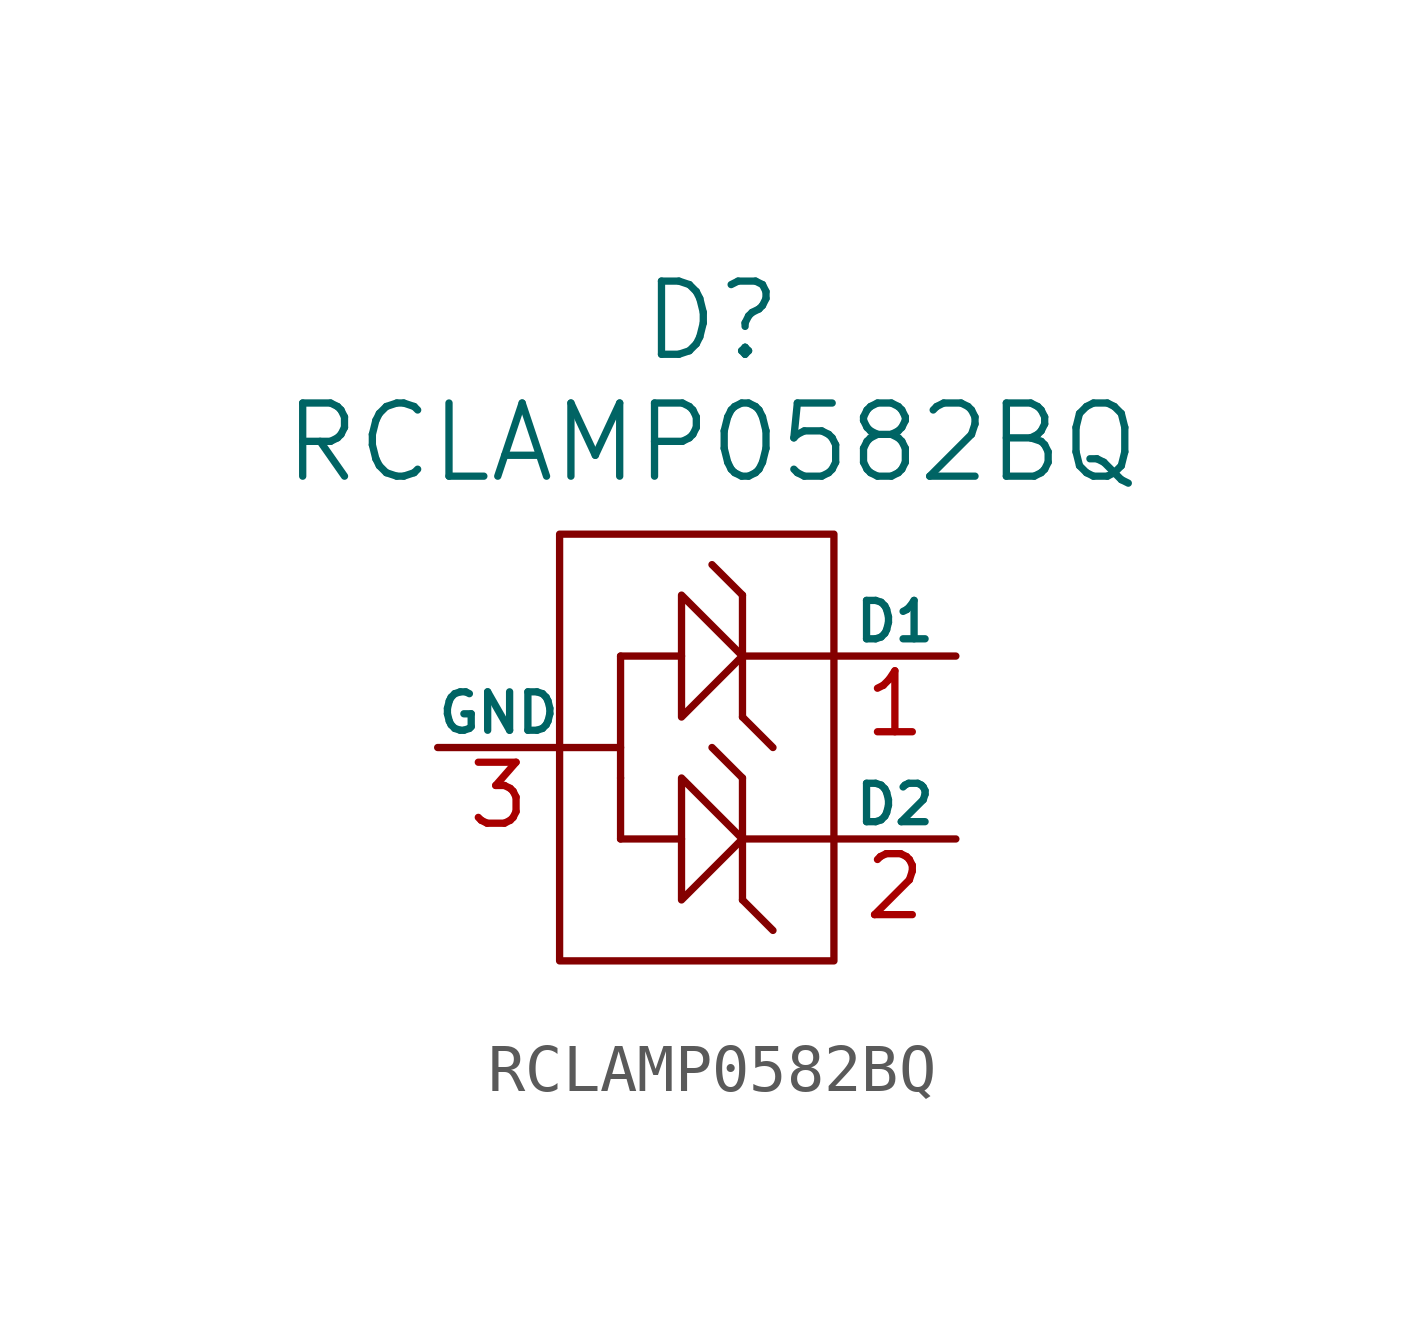
<source format=kicad_sym>
(kicad_symbol_lib
  (version 20211014)
  (generator kicad_symbol_editor)
  (symbol "RCLAMP0582BQ"
    (pin_names
      (offset 0))
    (property "Reference" "D"
      (at 0 8.255 0)
      (effects (font (size 1.524 1.524))))
    (property "Value" "RCLAMP0582BQ"
      (at 0 5.715 0)
      (effects (font (size 1.524 1.524))))
    (symbol "RCLAMP0582BQ_0_1"
      (rectangle (start -3.175 3.81) (end 2.54 -5.08) (stroke (width 0) (type default) (color 0 0 0 0)) (fill (type none)))
      (polyline (pts (xy -1.905 -2.54) (xy -0.635 -2.54)) (stroke (width 0) (type default) (color 0 0 0 0)) (fill (type none)))
      (polyline (pts (xy -1.905 -1.27) (xy -1.905 -2.54)) (stroke (width 0) (type default) (color 0 0 0 0)) (fill (type none)))
      (polyline (pts (xy -1.905 -1.27) (xy -1.905 1.27)) (stroke (width 0) (type default) (color 0 0 0 0)) (fill (type none)))
      (polyline (pts (xy -1.905 -0.635) (xy -3.175 -0.635)) (stroke (width 0) (type default) (color 0 0 0 0)) (fill (type none)))
      (polyline (pts (xy -1.905 1.27) (xy -0.635 1.27)) (stroke (width 0) (type default) (color 0 0 0 0)) (fill (type none)))
      (polyline (pts (xy 0.635 -3.81) (xy 1.27 -4.445)) (stroke (width 0) (type default) (color 0 0 0 0)) (fill (type none)))
      (polyline (pts (xy 0.635 -2.54) (xy 0.635 -2.54)) (stroke (width 0) (type default) (color 0 0 0 0)) (fill (type none)))
      (polyline (pts (xy 0.635 -2.54) (xy 2.54 -2.54)) (stroke (width 0) (type default) (color 0 0 0 0)) (fill (type none)))
      (polyline (pts (xy 0.635 -1.27) (xy 0 -0.635)) (stroke (width 0) (type default) (color 0 0 0 0)) (fill (type none)))
      (polyline (pts (xy 0.635 0) (xy 1.27 -0.635)) (stroke (width 0) (type default) (color 0 0 0 0)) (fill (type none)))
      (polyline (pts (xy 0.635 1.27) (xy 2.54 1.27)) (stroke (width 0) (type default) (color 0 0 0 0)) (fill (type none)))
      (polyline (pts (xy 0.635 2.54) (xy 0 3.175)) (stroke (width 0) (type default) (color 0 0 0 0)) (fill (type none)))
      (polyline (pts (xy 0.635 -2.54) (xy 0.635 -1.27) (xy 0.635 -3.81)) (stroke (width 0) (type default) (color 0 0 0 0)) (fill (type none)))
      (polyline (pts (xy 0.635 1.27) (xy 0.635 2.54) (xy 0.635 0)) (stroke (width 0) (type default) (color 0 0 0 0)) (fill (type none)))
      (polyline (pts (xy -0.635 -1.27) (xy 0.635 -2.54) (xy -0.635 -3.81) (xy -0.635 -1.27)) (stroke (width 0) (type default) (color 0 0 0 0)) (fill (type none)))
      (polyline (pts (xy -0.635 2.54) (xy 0.635 1.27) (xy -0.635 0) (xy -0.635 2.54)) (stroke (width 0) (type default) (color 0 0 0 0)) (fill (type none))))
    (symbol "RCLAMP0582BQ_1_1"
      (pin passive line (at 5.08 1.27 180) (length 2.54) (name "D1" (effects (font (size 0.8 0.8)))) (number "1" (effects (font (size 1.27 1.27)))))
      (pin passive line (at 5.08 -2.54 180) (length 2.54) (name "D2" (effects (font (size 0.8 0.8)))) (number "2" (effects (font (size 1.27 1.27)))))
      (pin power_in line (at -5.715 -0.635 0) (length 2.54) (name "GND" (effects (font (size 0.8 0.8)))) (number "3" (effects (font (size 1.27 1.27))))))))
</source>
